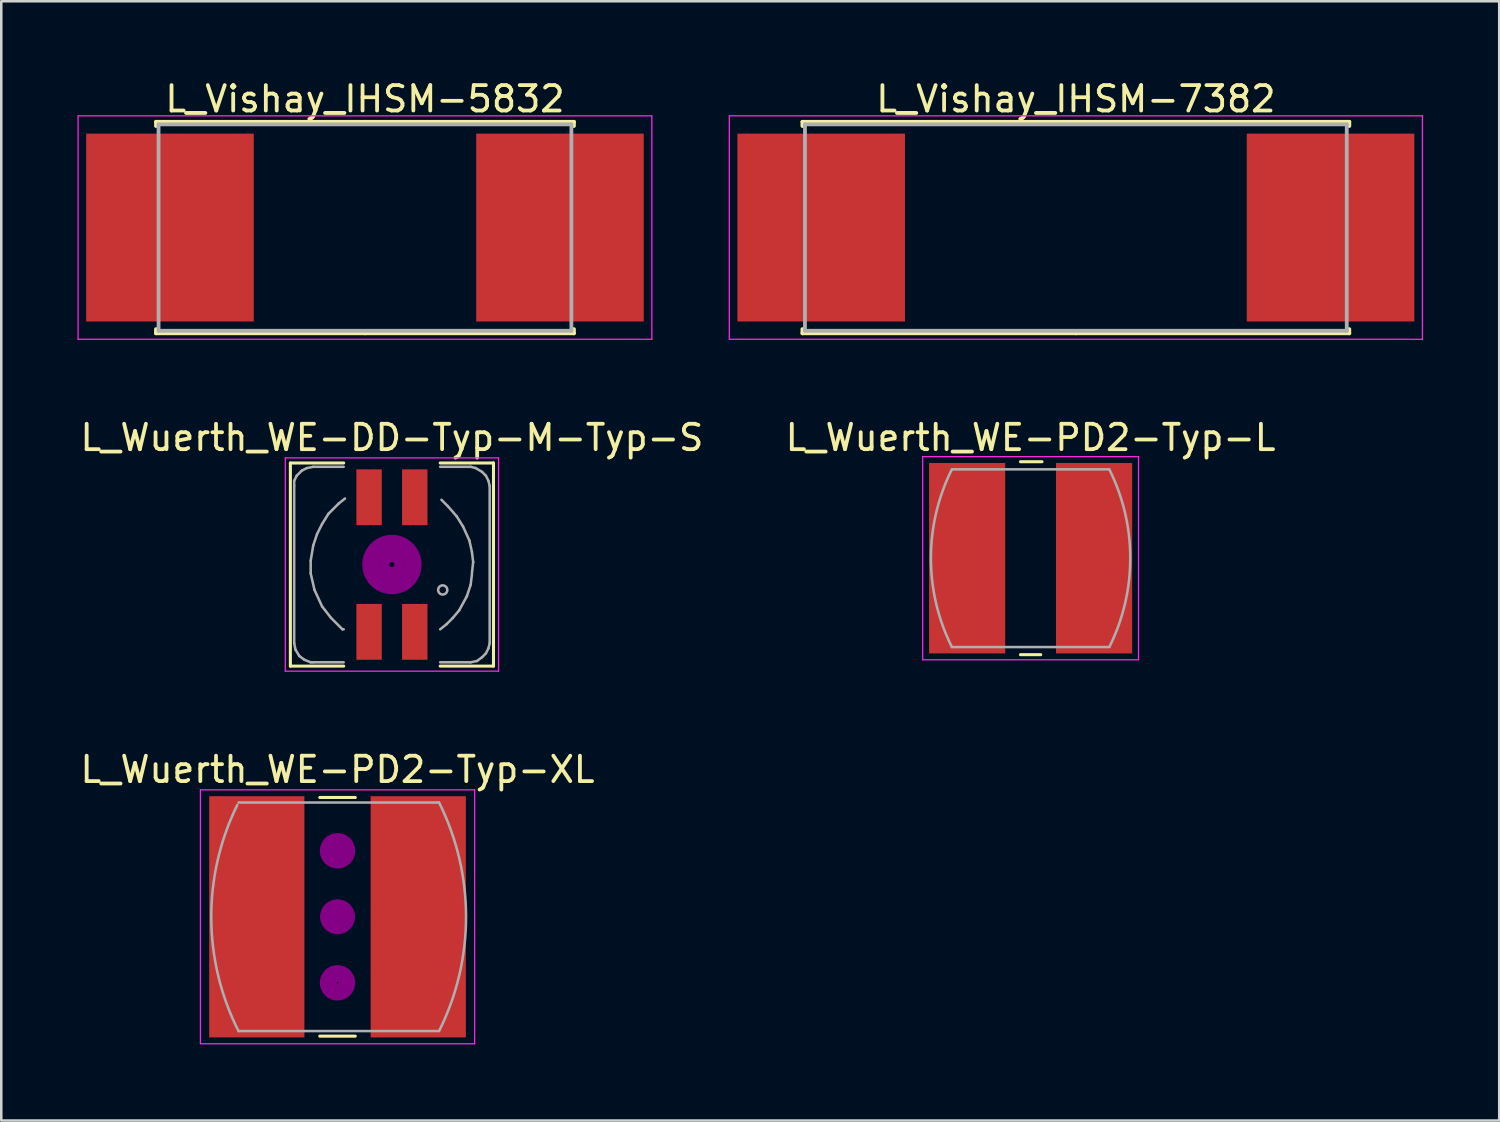
<source format=kicad_pcb>
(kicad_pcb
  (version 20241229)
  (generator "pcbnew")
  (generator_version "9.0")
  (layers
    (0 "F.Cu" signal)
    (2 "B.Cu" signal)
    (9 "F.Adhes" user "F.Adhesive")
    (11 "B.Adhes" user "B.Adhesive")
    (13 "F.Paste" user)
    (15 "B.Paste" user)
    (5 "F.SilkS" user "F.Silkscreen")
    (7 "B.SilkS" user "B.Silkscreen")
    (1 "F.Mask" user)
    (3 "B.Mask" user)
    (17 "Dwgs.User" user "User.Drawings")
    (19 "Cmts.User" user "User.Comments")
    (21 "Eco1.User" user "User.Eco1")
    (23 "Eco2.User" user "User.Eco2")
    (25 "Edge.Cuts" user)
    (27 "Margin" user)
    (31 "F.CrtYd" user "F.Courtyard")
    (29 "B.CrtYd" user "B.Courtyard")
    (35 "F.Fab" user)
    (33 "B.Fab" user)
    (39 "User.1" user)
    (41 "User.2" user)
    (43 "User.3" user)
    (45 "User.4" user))
  (footprint "L_Wuerth_WE-PD2-Typ-XL"
    (layer "F.Cu")
    (at 10.244 33.06)
    (property "Reference" "L_Wuerth_WE-PD2-Typ-XL" (at 0 -5.8 0) (layer "F.SilkS") (effects (font (size 1 1) (thickness 0.15))))
    (attr smd)
    (fp_line (start -0.7 -4.7) (end 0.7 -4.7) (stroke (width 0.12) (type solid)) (layer "F.SilkS"))
    (fp_line (start -0.7 4.7) (end 0.7 4.7) (stroke (width 0.12) (type solid)) (layer "F.SilkS"))
    (fp_circle (center 0 -2.6) (end 0.2 -2.6) (stroke (width 0.38) (type solid)) (fill no) (layer "F.Adhes"))
    (fp_circle (center 0 -2.6) (end 0.5 -2.5) (stroke (width 0.38) (type solid)) (fill no) (layer "F.Adhes"))
    (fp_circle (center 0 0) (end 0.2 0) (stroke (width 0.38) (type solid)) (fill no) (layer "F.Adhes"))
    (fp_circle (center 0 0) (end 0.5 0) (stroke (width 0.38) (type solid)) (fill no) (layer "F.Adhes"))
    (fp_circle (center 0 2.6) (end 0.1 2.8) (stroke (width 0.38) (type solid)) (fill no) (layer "F.Adhes"))
    (fp_circle (center 0 2.6) (end 0.5 2.7) (stroke (width 0.38) (type solid)) (fill no) (layer "F.Adhes"))
    (fp_line (start -5.4 -5) (end -5.4 5) (stroke (width 0.05) (type solid)) (layer "F.CrtYd"))
    (fp_line (start -5.4 5) (end 5.4 5) (stroke (width 0.05) (type solid)) (layer "F.CrtYd"))
    (fp_line (start 5.4 -5) (end -5.4 -5) (stroke (width 0.05) (type solid)) (layer "F.CrtYd"))
    (fp_line (start 5.4 5) (end 5.4 -5) (stroke (width 0.05) (type solid)) (layer "F.CrtYd"))
    (fp_line (start -3.9 4.5) (end 4 4.5) (stroke (width 0.1) (type solid)) (layer "F.Fab"))
    (fp_line (start 4 -4.5) (end -3.9 -4.5) (stroke (width 0.1) (type solid)) (layer "F.Fab"))
    (fp_arc (start -3.9 4.5) (mid -4.972806 0.056044) (end -3.950014 -4.399688) (stroke (width 0.1) (type solid)) (layer "F.Fab"))
    (fp_arc (start 4 -4.5) (mid 5.062299 -0.011424) (end 4.010195 4.479552) (stroke (width 0.1) (type solid)) (layer "F.Fab"))
    (pad "1" smd rect (at -3.18 0) (size 3.75 9.5) (layers "F.Cu" "F.Mask" "F.Paste"))
    (pad "2" smd rect (at 3.18 0) (size 3.75 9.5) (layers "F.Cu" "F.Mask" "F.Paste")))
  (footprint "L_Wuerth_WE-DD-Typ-M-Typ-S"
    (layer "F.Cu")
    (at 12.387 19.186)
    (property "Reference" "L_Wuerth_WE-DD-Typ-M-Typ-S" (at 0 -5 0) (layer "F.SilkS") (effects (font (size 1 1) (thickness 0.15))))
    (attr smd)
    (fp_line (start -4 -4) (end -1.9 -4) (stroke (width 0.12) (type solid)) (layer "F.SilkS"))
    (fp_line (start -4 4) (end -4 -4) (stroke (width 0.12) (type solid)) (layer "F.SilkS"))
    (fp_line (start -1.9 4) (end -4 4) (stroke (width 0.12) (type solid)) (layer "F.SilkS"))
    (fp_line (start 1.9 -4) (end 4 -4) (stroke (width 0.12) (type solid)) (layer "F.SilkS"))
    (fp_line (start 4 -4) (end 4 4) (stroke (width 0.12) (type solid)) (layer "F.SilkS"))
    (fp_line (start 4 4) (end 1.9 4) (stroke (width 0.12) (type solid)) (layer "F.SilkS"))
    (fp_circle (center 0 0) (end 0.1 0) (stroke (width 0.3) (type solid)) (fill no) (layer "F.Adhes"))
    (fp_circle (center 0 0) (end 0.3 -0.1) (stroke (width 0.3) (type solid)) (fill no) (layer "F.Adhes"))
    (fp_circle (center 0 0) (end 0.6 0) (stroke (width 0.3) (type solid)) (fill no) (layer "F.Adhes"))
    (fp_circle (center 0 0) (end 0.8 -0.1) (stroke (width 0.3) (type solid)) (fill no) (layer "F.Adhes"))
    (fp_circle (center 0 0) (end 1 -0.2) (stroke (width 0.3) (type solid)) (fill no) (layer "F.Adhes"))
    (fp_circle (center 0.8 0) (end 0.8 0) (stroke (width 0.3) (type solid)) (fill no) (layer "F.Adhes"))
    (fp_line (start -4.2 -4.2) (end 4.2 -4.2) (stroke (width 0.05) (type solid)) (layer "F.CrtYd"))
    (fp_line (start -4.2 4.2) (end -4.2 -4.2) (stroke (width 0.05) (type solid)) (layer "F.CrtYd"))
    (fp_line (start 4.2 -4.2) (end 4.2 4.2) (stroke (width 0.05) (type solid)) (layer "F.CrtYd"))
    (fp_line (start 4.2 4.2) (end -4.2 4.2) (stroke (width 0.05) (type solid)) (layer "F.CrtYd"))
    (fp_line (start -3.85 -3.3) (end -3.85 -3.1) (stroke (width 0.1) (type solid)) (layer "F.Fab"))
    (fp_line (start -3.85 -3.1) (end -3.85 3.1) (stroke (width 0.1) (type solid)) (layer "F.Fab"))
    (fp_line (start -3.85 3.1) (end -3.8 3.35) (stroke (width 0.1) (type solid)) (layer "F.Fab"))
    (fp_line (start -3.8 3.35) (end -3.65 3.6) (stroke (width 0.1) (type solid)) (layer "F.Fab"))
    (fp_line (start -3.75 -3.5) (end -3.85 -3.3) (stroke (width 0.1) (type solid)) (layer "F.Fab"))
    (fp_line (start -3.65 3.6) (end -3.45 3.75) (stroke (width 0.1) (type solid)) (layer "F.Fab"))
    (fp_line (start -3.55 -3.7) (end -3.75 -3.5) (stroke (width 0.1) (type solid)) (layer "F.Fab"))
    (fp_line (start -3.45 3.75) (end -3.2 3.85) (stroke (width 0.1) (type solid)) (layer "F.Fab"))
    (fp_line (start -3.35 -3.8) (end -3.55 -3.7) (stroke (width 0.1) (type solid)) (layer "F.Fab"))
    (fp_line (start -3.2 -0.15) (end -3.2 0.35) (stroke (width 0.1) (type solid)) (layer "F.Fab"))
    (fp_line (start -3.2 0.35) (end -3.05 1) (stroke (width 0.1) (type solid)) (layer "F.Fab"))
    (fp_line (start -3.2 3.85) (end -3.1 3.85) (stroke (width 0.1) (type solid)) (layer "F.Fab"))
    (fp_line (start -3.1 -3.85) (end -3.35 -3.8) (stroke (width 0.1) (type solid)) (layer "F.Fab"))
    (fp_line (start -3.1 -0.75) (end -3.2 -0.15) (stroke (width 0.1) (type solid)) (layer "F.Fab"))
    (fp_line (start -3.1 3.85) (end -1.9 3.85) (stroke (width 0.1) (type solid)) (layer "F.Fab"))
    (fp_line (start -3.05 1) (end -2.75 1.65) (stroke (width 0.1) (type solid)) (layer "F.Fab"))
    (fp_line (start -2.95 -1.2) (end -3.1 -0.75) (stroke (width 0.1) (type solid)) (layer "F.Fab"))
    (fp_line (start -2.75 -1.6) (end -2.95 -1.2) (stroke (width 0.1) (type solid)) (layer "F.Fab"))
    (fp_line (start -2.75 1.65) (end -2.4 2.1) (stroke (width 0.1) (type solid)) (layer "F.Fab"))
    (fp_line (start -2.5 -2) (end -2.75 -1.6) (stroke (width 0.1) (type solid)) (layer "F.Fab"))
    (fp_line (start -2.4 2.1) (end -1.95 2.55) (stroke (width 0.1) (type solid)) (layer "F.Fab"))
    (fp_line (start -2.1 -2.4) (end -2.5 -2) (stroke (width 0.1) (type solid)) (layer "F.Fab"))
    (fp_line (start -1.95 2.55) (end -1.9 2.55) (stroke (width 0.1) (type solid)) (layer "F.Fab"))
    (fp_line (start -1.9 -3.85) (end -3.1 -3.85) (stroke (width 0.1) (type solid)) (layer "F.Fab"))
    (fp_line (start -1.85 -2.6) (end -2.1 -2.4) (stroke (width 0.1) (type solid)) (layer "F.Fab"))
    (fp_line (start 1.9 -3.85) (end 3.1 -3.85) (stroke (width 0.1) (type solid)) (layer "F.Fab"))
    (fp_line (start 1.95 -2.55) (end 2.2 -2.3) (stroke (width 0.1) (type solid)) (layer "F.Fab"))
    (fp_line (start 2.15 2.35) (end 1.9 2.55) (stroke (width 0.1) (type solid)) (layer "F.Fab"))
    (fp_line (start 2.2 -2.3) (end 2.55 -1.9) (stroke (width 0.1) (type solid)) (layer "F.Fab"))
    (fp_line (start 2.4 2.1) (end 2.15 2.35) (stroke (width 0.1) (type solid)) (layer "F.Fab"))
    (fp_line (start 2.55 -1.9) (end 2.8 -1.5) (stroke (width 0.1) (type solid)) (layer "F.Fab"))
    (fp_line (start 2.65 1.8) (end 2.4 2.1) (stroke (width 0.1) (type solid)) (layer "F.Fab"))
    (fp_line (start 2.8 -1.5) (end 3.05 -0.95) (stroke (width 0.1) (type solid)) (layer "F.Fab"))
    (fp_line (start 2.95 1.25) (end 2.65 1.8) (stroke (width 0.1) (type solid)) (layer "F.Fab"))
    (fp_line (start 3.05 -0.95) (end 3.15 -0.5) (stroke (width 0.1) (type solid)) (layer "F.Fab"))
    (fp_line (start 3.1 -3.85) (end 3.3 -3.8) (stroke (width 0.1) (type solid)) (layer "F.Fab"))
    (fp_line (start 3.1 0.8) (end 2.95 1.25) (stroke (width 0.1) (type solid)) (layer "F.Fab"))
    (fp_line (start 3.1 3.85) (end 1.9 3.85) (stroke (width 0.1) (type solid)) (layer "F.Fab"))
    (fp_line (start 3.15 -0.5) (end 3.2 -0.1) (stroke (width 0.1) (type solid)) (layer "F.Fab"))
    (fp_line (start 3.15 0.4) (end 3.1 0.8) (stroke (width 0.1) (type solid)) (layer "F.Fab"))
    (fp_line (start 3.2 -0.1) (end 3.15 0.35) (stroke (width 0.1) (type solid)) (layer "F.Fab"))
    (fp_line (start 3.3 -3.8) (end 3.55 -3.65) (stroke (width 0.1) (type solid)) (layer "F.Fab"))
    (fp_line (start 3.35 3.8) (end 3.1 3.85) (stroke (width 0.1) (type solid)) (layer "F.Fab"))
    (fp_line (start 3.55 -3.65) (end 3.7 -3.5) (stroke (width 0.1) (type solid)) (layer "F.Fab"))
    (fp_line (start 3.55 3.65) (end 3.35 3.8) (stroke (width 0.1) (type solid)) (layer "F.Fab"))
    (fp_line (start 3.7 -3.5) (end 3.8 -3.3) (stroke (width 0.1) (type solid)) (layer "F.Fab"))
    (fp_line (start 3.7 3.5) (end 3.55 3.65) (stroke (width 0.1) (type solid)) (layer "F.Fab"))
    (fp_line (start 3.8 -3.3) (end 3.85 -3.1) (stroke (width 0.1) (type solid)) (layer "F.Fab"))
    (fp_line (start 3.8 3.3) (end 3.7 3.5) (stroke (width 0.1) (type solid)) (layer "F.Fab"))
    (fp_line (start 3.85 -3.1) (end 3.85 3.1) (stroke (width 0.1) (type solid)) (layer "F.Fab"))
    (fp_line (start 3.85 3.1) (end 3.8 3.3) (stroke (width 0.1) (type solid)) (layer "F.Fab"))
    (fp_circle (center 2 1) (end 2.15 0.9) (stroke (width 0.1) (type solid)) (fill no) (layer "F.Fab"))
    (pad "1" smd rect (at -0.9 2.65) (size 1 2.2) (layers "F.Cu" "F.Mask" "F.Paste"))
    (pad "2" smd rect (at -0.9 -2.65) (size 1 2.2) (layers "F.Cu" "F.Mask" "F.Paste"))
    (pad "3" smd rect (at 0.9 -2.65) (size 1 2.2) (layers "F.Cu" "F.Mask" "F.Paste"))
    (pad "4" smd rect (at 0.9 2.65) (size 1 2.2) (layers "F.Cu" "F.Mask" "F.Paste")))
  (footprint "L_Vishay_IHSM-7382"
    (layer "F.Cu")
    (at 39.325 5.913)
    (property "Reference" "L_Vishay_IHSM-7382" (at 0 -5.065 0) (layer "F.SilkS") (effects (font (size 1 1) (thickness 0.15))))
    (attr smd)
    (fp_line (start -10.77 -4.165) (end 0 -4.165) (stroke (width 0.15) (type solid)) (layer "F.SilkS"))
    (fp_line (start -10.77 -4) (end -10.77 -4.165) (stroke (width 0.15) (type solid)) (layer "F.SilkS"))
    (fp_line (start -10.77 4) (end -10.77 4.165) (stroke (width 0.15) (type solid)) (layer "F.SilkS"))
    (fp_line (start -10.77 4.165) (end 0 4.165) (stroke (width 0.15) (type solid)) (layer "F.SilkS"))
    (fp_line (start 10.77 -4.165) (end 0 -4.165) (stroke (width 0.15) (type solid)) (layer "F.SilkS"))
    (fp_line (start 10.77 -4) (end 10.77 -4.165) (stroke (width 0.15) (type solid)) (layer "F.SilkS"))
    (fp_line (start 10.77 4) (end 10.77 4.165) (stroke (width 0.15) (type solid)) (layer "F.SilkS"))
    (fp_line (start 10.77 4.165) (end 0 4.165) (stroke (width 0.15) (type solid)) (layer "F.SilkS"))
    (fp_line (start -13.65 -4.4) (end -13.65 4.4) (stroke (width 0.05) (type solid)) (layer "F.CrtYd"))
    (fp_line (start -13.65 4.4) (end 13.65 4.4) (stroke (width 0.05) (type solid)) (layer "F.CrtYd"))
    (fp_line (start 13.65 -4.4) (end -13.65 -4.4) (stroke (width 0.05) (type solid)) (layer "F.CrtYd"))
    (fp_line (start 13.65 4.4) (end 13.65 -4.4) (stroke (width 0.05) (type solid)) (layer "F.CrtYd"))
    (fp_line (start -10.67 -4.065) (end -10.67 4.065) (stroke (width 0.15) (type solid)) (layer "F.Fab"))
    (fp_line (start -10.67 4.065) (end 10.67 4.065) (stroke (width 0.15) (type solid)) (layer "F.Fab"))
    (fp_line (start 10.67 -4.065) (end -10.67 -4.065) (stroke (width 0.15) (type solid)) (layer "F.Fab"))
    (fp_line (start 10.67 4.065) (end 10.67 -4.065) (stroke (width 0.15) (type solid)) (layer "F.Fab"))
    (pad "1" smd rect (at -10.031 0) (size 6.6 7.4) (layers "F.Cu" "F.Mask" "F.Paste"))
    (pad "2" smd rect (at 10.031 0) (size 6.6 7.4) (layers "F.Cu" "F.Mask" "F.Paste")))
  (footprint "L_Vishay_IHSM-5832"
    (layer "F.Cu")
    (at 11.325 5.913)
    (property "Reference" "L_Vishay_IHSM-5832" (at 0 -5.065 0) (layer "F.SilkS") (effects (font (size 1 1) (thickness 0.15))))
    (attr smd)
    (fp_line (start -8.23 -4.165) (end 0 -4.165) (stroke (width 0.15) (type solid)) (layer "F.SilkS"))
    (fp_line (start -8.23 -4) (end -8.23 -4.165) (stroke (width 0.15) (type solid)) (layer "F.SilkS"))
    (fp_line (start -8.23 4) (end -8.23 4.165) (stroke (width 0.15) (type solid)) (layer "F.SilkS"))
    (fp_line (start -8.23 4.165) (end 0 4.165) (stroke (width 0.15) (type solid)) (layer "F.SilkS"))
    (fp_line (start 8.23 -4.165) (end 0 -4.165) (stroke (width 0.15) (type solid)) (layer "F.SilkS"))
    (fp_line (start 8.23 -4) (end 8.23 -4.165) (stroke (width 0.15) (type solid)) (layer "F.SilkS"))
    (fp_line (start 8.23 4) (end 8.23 4.165) (stroke (width 0.15) (type solid)) (layer "F.SilkS"))
    (fp_line (start 8.23 4.165) (end 0 4.165) (stroke (width 0.15) (type solid)) (layer "F.SilkS"))
    (fp_line (start -11.3 -4.4) (end -11.3 4.4) (stroke (width 0.05) (type solid)) (layer "F.CrtYd"))
    (fp_line (start -11.3 4.4) (end 11.3 4.4) (stroke (width 0.05) (type solid)) (layer "F.CrtYd"))
    (fp_line (start 11.3 -4.4) (end -11.3 -4.4) (stroke (width 0.05) (type solid)) (layer "F.CrtYd"))
    (fp_line (start 11.3 4.4) (end 11.3 -4.4) (stroke (width 0.05) (type solid)) (layer "F.CrtYd"))
    (fp_line (start -8.13 -4.065) (end -8.13 4.065) (stroke (width 0.15) (type solid)) (layer "F.Fab"))
    (fp_line (start -8.13 4.065) (end 8.13 4.065) (stroke (width 0.15) (type solid)) (layer "F.Fab"))
    (fp_line (start 8.13 -4.065) (end -8.13 -4.065) (stroke (width 0.15) (type solid)) (layer "F.Fab"))
    (fp_line (start 8.13 4.065) (end 8.13 -4.065) (stroke (width 0.15) (type solid)) (layer "F.Fab"))
    (pad "1" smd rect (at -7.681 0) (size 6.6 7.4) (layers "F.Cu" "F.Mask" "F.Paste"))
    (pad "2" smd rect (at 7.681 0) (size 6.6 7.4) (layers "F.Cu" "F.Mask" "F.Paste")))
  (footprint "L_Wuerth_WE-PD2-Typ-L"
    (layer "F.Cu")
    (at 37.542 18.936)
    (property "Reference" "L_Wuerth_WE-PD2-Typ-L" (at 0 -4.75 0) (layer "F.SilkS") (effects (font (size 1 1) (thickness 0.15))))
    (attr smd)
    (fp_line (start -0.4 -3.8) (end 0.45 -3.8) (stroke (width 0.12) (type solid)) (layer "F.SilkS"))
    (fp_line (start -0.4 3.8) (end 0.4 3.8) (stroke (width 0.12) (type solid)) (layer "F.SilkS"))
    (fp_line (start -4.25 -4) (end 4.25 -4) (stroke (width 0.05) (type solid)) (layer "F.CrtYd"))
    (fp_line (start -4.25 4) (end -4.25 -4) (stroke (width 0.05) (type solid)) (layer "F.CrtYd"))
    (fp_line (start 4.25 -4) (end 4.25 4) (stroke (width 0.05) (type solid)) (layer "F.CrtYd"))
    (fp_line (start 4.25 4) (end -4.25 4) (stroke (width 0.05) (type solid)) (layer "F.CrtYd"))
    (fp_line (start -3.1 3.5) (end 3.1 3.5) (stroke (width 0.1) (type solid)) (layer "F.Fab"))
    (fp_line (start 3.1 -3.5) (end -3.1 -3.5) (stroke (width 0.1) (type solid)) (layer "F.Fab"))
    (fp_arc (start -3.1 3.5) (mid -3.926233 0.008885) (end -3.107929 -3.484096) (stroke (width 0.1) (type solid)) (layer "F.Fab"))
    (fp_arc (start 3.1 -3.5) (mid 3.926233 -0.008885) (end 3.107929 3.484096) (stroke (width 0.1) (type solid)) (layer "F.Fab"))
    (pad "1" smd rect (at -2.5 0) (size 3 7.5) (layers "F.Cu" "F.Mask" "F.Paste"))
    (pad "2" smd rect (at 2.5 0) (size 3 7.5) (layers "F.Cu" "F.Mask" "F.Paste")))
  (gr_rect
    (start -3 -3)
    (end 56 41.085)
    (stroke (width 0.1) (type default))
    (fill no)
    (layer "Edge.Cuts")))
</source>
